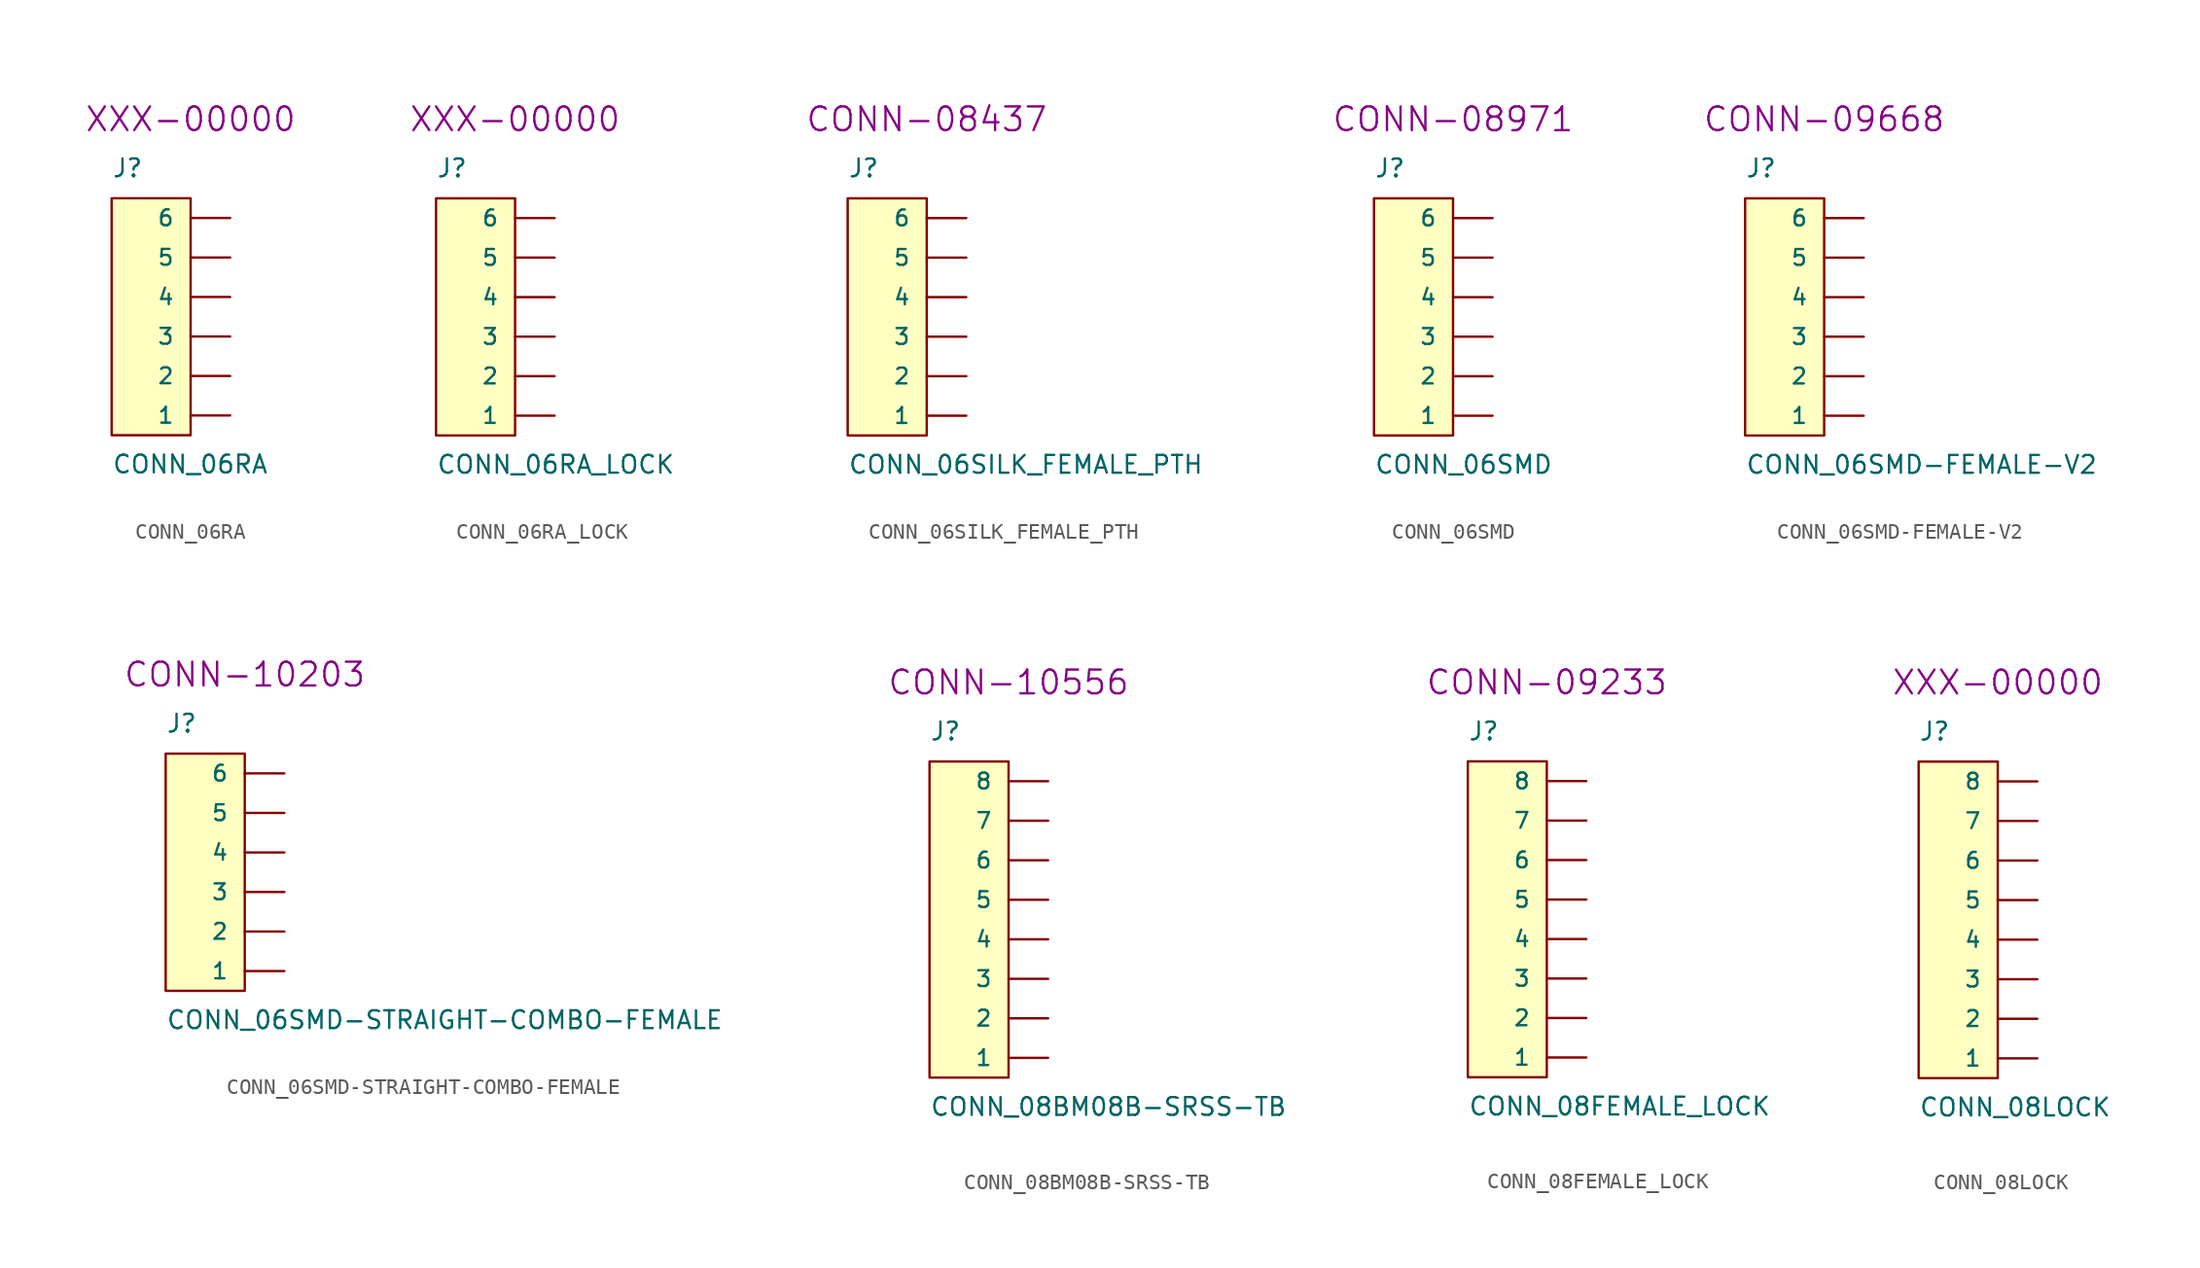
<source format=kicad_sym>
(kicad_symbol_lib
  (version 20201005)
  (generator kicad_symbol_editor)
  (symbol "CONN_06RA"
    (pin_numbers hide)
    (pin_names
      (offset 1.016))
    (property "Reference" "J"
      (at -5.08 15.24 0)
      (effects (font (size 1.143 1.143)) (justify left bottom)))
    (property "Value" "CONN_06RA"
      (at -5.08 -3.81 0)
      (effects (font (size 1.143 1.143)) (justify left bottom)))
    (property "Field4" "XXX-00000"
      (at 0 19.05 0)
      (effects (font (size 1.524 1.524))))
    (property "ki_locked" ""
      (at 0 0 0)
      (effects (font (size 1.27 1.27))))
    (symbol "CONN_06RA_0_1"
      (rectangle (start 0 -1.27) (end -5.08 13.97) (stroke (width 0)) (fill (type background))))
    (symbol "CONN_06RA_1_1"
      (pin passive line (at 2.54 0 180) (length 2.54) (name "1" (effects (font (size 1.016 1.016)))) (number "1" (effects (font (size 1.016 1.016)))))
      (pin passive line (at 2.54 2.54 180) (length 2.54) (name "2" (effects (font (size 1.016 1.016)))) (number "2" (effects (font (size 1.016 1.016)))))
      (pin passive line (at 2.54 5.08 180) (length 2.54) (name "3" (effects (font (size 1.016 1.016)))) (number "3" (effects (font (size 1.016 1.016)))))
      (pin passive line (at 2.54 7.62 180) (length 2.54) (name "4" (effects (font (size 1.016 1.016)))) (number "4" (effects (font (size 1.016 1.016)))))
      (pin passive line (at 2.54 10.16 180) (length 2.54) (name "5" (effects (font (size 1.016 1.016)))) (number "5" (effects (font (size 1.016 1.016)))))
      (pin passive line (at 2.54 12.7 180) (length 2.54) (name "6" (effects (font (size 1.016 1.016)))) (number "6" (effects (font (size 1.016 1.016)))))))
  (symbol "CONN_06RA_LOCK"
    (pin_numbers hide)
    (pin_names
      (offset 1.016))
    (property "Reference" "J"
      (at -5.08 15.24 0)
      (effects (font (size 1.143 1.143)) (justify left bottom)))
    (property "Value" "CONN_06RA_LOCK"
      (at -5.08 -3.81 0)
      (effects (font (size 1.143 1.143)) (justify left bottom)))
    (property "Field4" "XXX-00000"
      (at 0 19.05 0)
      (effects (font (size 1.524 1.524))))
    (property "ki_locked" ""
      (at 0 0 0)
      (effects (font (size 1.27 1.27))))
    (symbol "CONN_06RA_LOCK_0_1"
      (rectangle (start 0 -1.27) (end -5.08 13.97) (stroke (width 0)) (fill (type background))))
    (symbol "CONN_06RA_LOCK_1_1"
      (pin passive line (at 2.54 0 180) (length 2.54) (name "1" (effects (font (size 1.016 1.016)))) (number "1" (effects (font (size 1.016 1.016)))))
      (pin passive line (at 2.54 2.54 180) (length 2.54) (name "2" (effects (font (size 1.016 1.016)))) (number "2" (effects (font (size 1.016 1.016)))))
      (pin passive line (at 2.54 5.08 180) (length 2.54) (name "3" (effects (font (size 1.016 1.016)))) (number "3" (effects (font (size 1.016 1.016)))))
      (pin passive line (at 2.54 7.62 180) (length 2.54) (name "4" (effects (font (size 1.016 1.016)))) (number "4" (effects (font (size 1.016 1.016)))))
      (pin passive line (at 2.54 10.16 180) (length 2.54) (name "5" (effects (font (size 1.016 1.016)))) (number "5" (effects (font (size 1.016 1.016)))))
      (pin passive line (at 2.54 12.7 180) (length 2.54) (name "6" (effects (font (size 1.016 1.016)))) (number "6" (effects (font (size 1.016 1.016)))))))
  (symbol "CONN_06SILK_FEMALE_PTH"
    (pin_numbers hide)
    (pin_names
      (offset 1.016))
    (property "Reference" "J"
      (at -5.08 15.24 0)
      (effects (font (size 1.143 1.143)) (justify left bottom)))
    (property "Value" "CONN_06SILK_FEMALE_PTH"
      (at -5.08 -3.81 0)
      (effects (font (size 1.143 1.143)) (justify left bottom)))
    (property "Field4" "CONN-08437"
      (at 0 19.05 0)
      (effects (font (size 1.524 1.524))))
    (property "ki_locked" ""
      (at 0 0 0)
      (effects (font (size 1.27 1.27))))
    (symbol "CONN_06SILK_FEMALE_PTH_0_1"
      (rectangle (start 0 -1.27) (end -5.08 13.97) (stroke (width 0)) (fill (type background))))
    (symbol "CONN_06SILK_FEMALE_PTH_1_1"
      (pin passive line (at 2.54 0 180) (length 2.54) (name "1" (effects (font (size 1.016 1.016)))) (number "1" (effects (font (size 1.016 1.016)))))
      (pin passive line (at 2.54 2.54 180) (length 2.54) (name "2" (effects (font (size 1.016 1.016)))) (number "2" (effects (font (size 1.016 1.016)))))
      (pin passive line (at 2.54 5.08 180) (length 2.54) (name "3" (effects (font (size 1.016 1.016)))) (number "3" (effects (font (size 1.016 1.016)))))
      (pin passive line (at 2.54 7.62 180) (length 2.54) (name "4" (effects (font (size 1.016 1.016)))) (number "4" (effects (font (size 1.016 1.016)))))
      (pin passive line (at 2.54 10.16 180) (length 2.54) (name "5" (effects (font (size 1.016 1.016)))) (number "5" (effects (font (size 1.016 1.016)))))
      (pin passive line (at 2.54 12.7 180) (length 2.54) (name "6" (effects (font (size 1.016 1.016)))) (number "6" (effects (font (size 1.016 1.016)))))))
  (symbol "CONN_06SMD"
    (pin_numbers hide)
    (pin_names
      (offset 1.016))
    (property "Reference" "J"
      (at -5.08 15.24 0)
      (effects (font (size 1.143 1.143)) (justify left bottom)))
    (property "Value" "CONN_06SMD"
      (at -5.08 -3.81 0)
      (effects (font (size 1.143 1.143)) (justify left bottom)))
    (property "Field4" "CONN-08971"
      (at 0 19.05 0)
      (effects (font (size 1.524 1.524))))
    (property "ki_locked" ""
      (at 0 0 0)
      (effects (font (size 1.27 1.27))))
    (symbol "CONN_06SMD_0_1"
      (rectangle (start 0 -1.27) (end -5.08 13.97) (stroke (width 0)) (fill (type background))))
    (symbol "CONN_06SMD_1_1"
      (pin passive line (at 2.54 0 180) (length 2.54) (name "1" (effects (font (size 1.016 1.016)))) (number "1" (effects (font (size 1.016 1.016)))))
      (pin passive line (at 2.54 2.54 180) (length 2.54) (name "2" (effects (font (size 1.016 1.016)))) (number "2" (effects (font (size 1.016 1.016)))))
      (pin passive line (at 2.54 5.08 180) (length 2.54) (name "3" (effects (font (size 1.016 1.016)))) (number "3" (effects (font (size 1.016 1.016)))))
      (pin passive line (at 2.54 7.62 180) (length 2.54) (name "4" (effects (font (size 1.016 1.016)))) (number "4" (effects (font (size 1.016 1.016)))))
      (pin passive line (at 2.54 10.16 180) (length 2.54) (name "5" (effects (font (size 1.016 1.016)))) (number "5" (effects (font (size 1.016 1.016)))))
      (pin passive line (at 2.54 12.7 180) (length 2.54) (name "6" (effects (font (size 1.016 1.016)))) (number "6" (effects (font (size 1.016 1.016)))))))
  (symbol "CONN_06SMD-FEMALE-V2"
    (pin_numbers hide)
    (pin_names
      (offset 1.016))
    (property "Reference" "J"
      (at -5.08 15.24 0)
      (effects (font (size 1.143 1.143)) (justify left bottom)))
    (property "Value" "CONN_06SMD-FEMALE-V2"
      (at -5.08 -3.81 0)
      (effects (font (size 1.143 1.143)) (justify left bottom)))
    (property "Field4" "CONN-09668"
      (at 0 19.05 0)
      (effects (font (size 1.524 1.524))))
    (property "ki_locked" ""
      (at 0 0 0)
      (effects (font (size 1.27 1.27))))
    (symbol "CONN_06SMD-FEMALE-V2_0_1"
      (rectangle (start 0 -1.27) (end -5.08 13.97) (stroke (width 0)) (fill (type background))))
    (symbol "CONN_06SMD-FEMALE-V2_1_1"
      (pin passive line (at 2.54 0 180) (length 2.54) (name "1" (effects (font (size 1.016 1.016)))) (number "1" (effects (font (size 1.016 1.016)))))
      (pin passive line (at 2.54 2.54 180) (length 2.54) (name "2" (effects (font (size 1.016 1.016)))) (number "2" (effects (font (size 1.016 1.016)))))
      (pin passive line (at 2.54 5.08 180) (length 2.54) (name "3" (effects (font (size 1.016 1.016)))) (number "3" (effects (font (size 1.016 1.016)))))
      (pin passive line (at 2.54 7.62 180) (length 2.54) (name "4" (effects (font (size 1.016 1.016)))) (number "4" (effects (font (size 1.016 1.016)))))
      (pin passive line (at 2.54 10.16 180) (length 2.54) (name "5" (effects (font (size 1.016 1.016)))) (number "5" (effects (font (size 1.016 1.016)))))
      (pin passive line (at 2.54 12.7 180) (length 2.54) (name "6" (effects (font (size 1.016 1.016)))) (number "6" (effects (font (size 1.016 1.016)))))))
  (symbol "CONN_06SMD-STRAIGHT-COMBO-FEMALE"
    (pin_numbers hide)
    (pin_names
      (offset 1.016))
    (property "Reference" "J"
      (at -5.08 15.24 0)
      (effects (font (size 1.143 1.143)) (justify left bottom)))
    (property "Value" "CONN_06SMD-STRAIGHT-COMBO-FEMALE"
      (at -5.08 -3.81 0)
      (effects (font (size 1.143 1.143)) (justify left bottom)))
    (property "Field4" "CONN-10203"
      (at 0 19.05 0)
      (effects (font (size 1.524 1.524))))
    (property "ki_locked" ""
      (at 0 0 0)
      (effects (font (size 1.27 1.27))))
    (symbol "CONN_06SMD-STRAIGHT-COMBO-FEMALE_0_1"
      (rectangle (start 0 -1.27) (end -5.08 13.97) (stroke (width 0)) (fill (type background))))
    (symbol "CONN_06SMD-STRAIGHT-COMBO-FEMALE_1_1"
      (pin passive line (at 2.54 0 180) (length 2.54) (name "1" (effects (font (size 1.016 1.016)))) (number "1" (effects (font (size 1.016 1.016)))))
      (pin passive line (at 2.54 2.54 180) (length 2.54) (name "2" (effects (font (size 1.016 1.016)))) (number "2" (effects (font (size 1.016 1.016)))))
      (pin passive line (at 2.54 5.08 180) (length 2.54) (name "3" (effects (font (size 1.016 1.016)))) (number "3" (effects (font (size 1.016 1.016)))))
      (pin passive line (at 2.54 7.62 180) (length 2.54) (name "4" (effects (font (size 1.016 1.016)))) (number "4" (effects (font (size 1.016 1.016)))))
      (pin passive line (at 2.54 10.16 180) (length 2.54) (name "5" (effects (font (size 1.016 1.016)))) (number "5" (effects (font (size 1.016 1.016)))))
      (pin passive line (at 2.54 12.7 180) (length 2.54) (name "6" (effects (font (size 1.016 1.016)))) (number "6" (effects (font (size 1.016 1.016)))))))
  (symbol "CONN_08BM08B-SRSS-TB"
    (pin_numbers hide)
    (pin_names
      (offset 1.016))
    (property "Reference" "J"
      (at -5.08 20.32 0)
      (effects (font (size 1.143 1.143)) (justify left bottom)))
    (property "Value" "CONN_08BM08B-SRSS-TB"
      (at -5.08 -3.81 0)
      (effects (font (size 1.143 1.143)) (justify left bottom)))
    (property "Field4" "CONN-10556"
      (at 0 24.13 0)
      (effects (font (size 1.524 1.524))))
    (property "ki_locked" ""
      (at 0 0 0)
      (effects (font (size 1.27 1.27))))
    (symbol "CONN_08BM08B-SRSS-TB_0_1"
      (rectangle (start 0 -1.27) (end -5.08 19.05) (stroke (width 0)) (fill (type background))))
    (symbol "CONN_08BM08B-SRSS-TB_1_1"
      (pin passive line (at 2.54 0 180) (length 2.54) (name "1" (effects (font (size 1.016 1.016)))) (number "1" (effects (font (size 1.016 1.016)))))
      (pin passive line (at 2.54 2.54 180) (length 2.54) (name "2" (effects (font (size 1.016 1.016)))) (number "2" (effects (font (size 1.016 1.016)))))
      (pin passive line (at 2.54 5.08 180) (length 2.54) (name "3" (effects (font (size 1.016 1.016)))) (number "3" (effects (font (size 1.016 1.016)))))
      (pin passive line (at 2.54 7.62 180) (length 2.54) (name "4" (effects (font (size 1.016 1.016)))) (number "4" (effects (font (size 1.016 1.016)))))
      (pin passive line (at 2.54 10.16 180) (length 2.54) (name "5" (effects (font (size 1.016 1.016)))) (number "5" (effects (font (size 1.016 1.016)))))
      (pin passive line (at 2.54 12.7 180) (length 2.54) (name "6" (effects (font (size 1.016 1.016)))) (number "6" (effects (font (size 1.016 1.016)))))
      (pin passive line (at 2.54 15.24 180) (length 2.54) (name "7" (effects (font (size 1.016 1.016)))) (number "7" (effects (font (size 1.016 1.016)))))
      (pin passive line (at 2.54 17.78 180) (length 2.54) (name "8" (effects (font (size 1.016 1.016)))) (number "8" (effects (font (size 1.016 1.016)))))))
  (symbol "CONN_08FEMALE_LOCK"
    (pin_numbers hide)
    (pin_names
      (offset 1.016))
    (property "Reference" "J"
      (at -5.08 20.32 0)
      (effects (font (size 1.143 1.143)) (justify left bottom)))
    (property "Value" "CONN_08FEMALE_LOCK"
      (at -5.08 -3.81 0)
      (effects (font (size 1.143 1.143)) (justify left bottom)))
    (property "Field4" "CONN-09233"
      (at 0 24.13 0)
      (effects (font (size 1.524 1.524))))
    (property "ki_locked" ""
      (at 0 0 0)
      (effects (font (size 1.27 1.27))))
    (symbol "CONN_08FEMALE_LOCK_0_1"
      (rectangle (start 0 -1.27) (end -5.08 19.05) (stroke (width 0)) (fill (type background))))
    (symbol "CONN_08FEMALE_LOCK_1_1"
      (pin passive line (at 2.54 0 180) (length 2.54) (name "1" (effects (font (size 1.016 1.016)))) (number "1" (effects (font (size 1.016 1.016)))))
      (pin passive line (at 2.54 2.54 180) (length 2.54) (name "2" (effects (font (size 1.016 1.016)))) (number "2" (effects (font (size 1.016 1.016)))))
      (pin passive line (at 2.54 5.08 180) (length 2.54) (name "3" (effects (font (size 1.016 1.016)))) (number "3" (effects (font (size 1.016 1.016)))))
      (pin passive line (at 2.54 7.62 180) (length 2.54) (name "4" (effects (font (size 1.016 1.016)))) (number "4" (effects (font (size 1.016 1.016)))))
      (pin passive line (at 2.54 10.16 180) (length 2.54) (name "5" (effects (font (size 1.016 1.016)))) (number "5" (effects (font (size 1.016 1.016)))))
      (pin passive line (at 2.54 12.7 180) (length 2.54) (name "6" (effects (font (size 1.016 1.016)))) (number "6" (effects (font (size 1.016 1.016)))))
      (pin passive line (at 2.54 15.24 180) (length 2.54) (name "7" (effects (font (size 1.016 1.016)))) (number "7" (effects (font (size 1.016 1.016)))))
      (pin passive line (at 2.54 17.78 180) (length 2.54) (name "8" (effects (font (size 1.016 1.016)))) (number "8" (effects (font (size 1.016 1.016)))))))
  (symbol "CONN_08LOCK"
    (pin_numbers hide)
    (pin_names
      (offset 1.016))
    (property "Reference" "J"
      (at -5.08 20.32 0)
      (effects (font (size 1.143 1.143)) (justify left bottom)))
    (property "Value" "CONN_08LOCK"
      (at -5.08 -3.81 0)
      (effects (font (size 1.143 1.143)) (justify left bottom)))
    (property "Field4" "XXX-00000"
      (at 0 24.13 0)
      (effects (font (size 1.524 1.524))))
    (property "ki_locked" ""
      (at 0 0 0)
      (effects (font (size 1.27 1.27))))
    (symbol "CONN_08LOCK_0_1"
      (rectangle (start 0 -1.27) (end -5.08 19.05) (stroke (width 0)) (fill (type background))))
    (symbol "CONN_08LOCK_1_1"
      (pin passive line (at 2.54 0 180) (length 2.54) (name "1" (effects (font (size 1.016 1.016)))) (number "1" (effects (font (size 1.016 1.016)))))
      (pin passive line (at 2.54 2.54 180) (length 2.54) (name "2" (effects (font (size 1.016 1.016)))) (number "2" (effects (font (size 1.016 1.016)))))
      (pin passive line (at 2.54 5.08 180) (length 2.54) (name "3" (effects (font (size 1.016 1.016)))) (number "3" (effects (font (size 1.016 1.016)))))
      (pin passive line (at 2.54 7.62 180) (length 2.54) (name "4" (effects (font (size 1.016 1.016)))) (number "4" (effects (font (size 1.016 1.016)))))
      (pin passive line (at 2.54 10.16 180) (length 2.54) (name "5" (effects (font (size 1.016 1.016)))) (number "5" (effects (font (size 1.016 1.016)))))
      (pin passive line (at 2.54 12.7 180) (length 2.54) (name "6" (effects (font (size 1.016 1.016)))) (number "6" (effects (font (size 1.016 1.016)))))
      (pin passive line (at 2.54 15.24 180) (length 2.54) (name "7" (effects (font (size 1.016 1.016)))) (number "7" (effects (font (size 1.016 1.016)))))
      (pin passive line (at 2.54 17.78 180) (length 2.54) (name "8" (effects (font (size 1.016 1.016)))) (number "8" (effects (font (size 1.016 1.016))))))))
</source>
